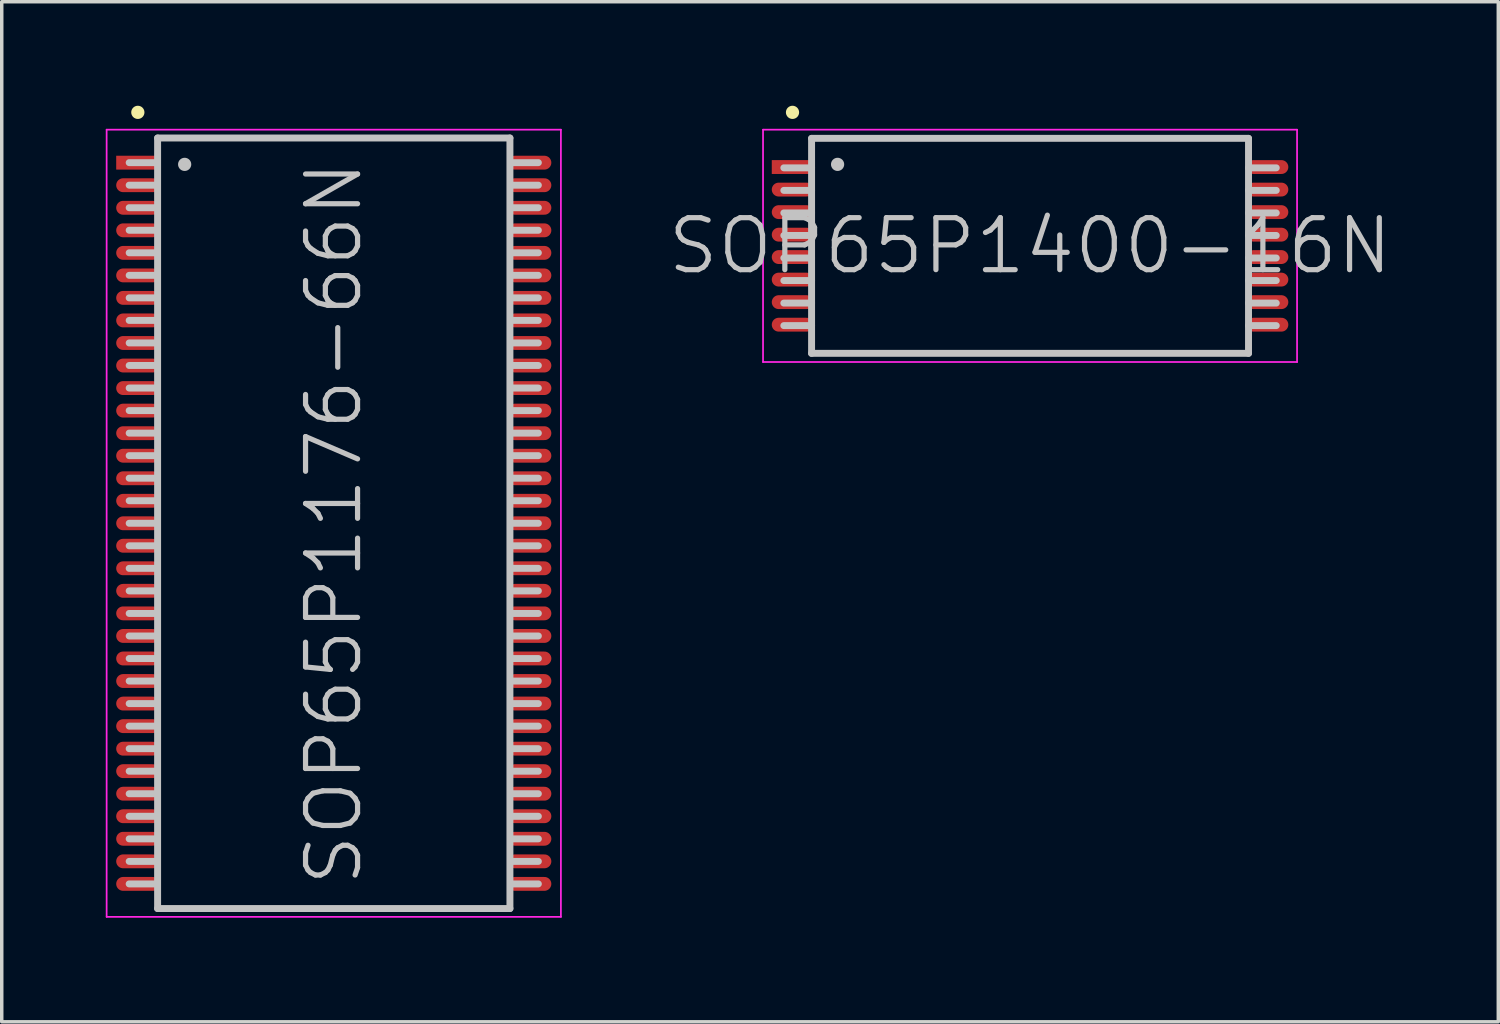
<source format=kicad_pcb>
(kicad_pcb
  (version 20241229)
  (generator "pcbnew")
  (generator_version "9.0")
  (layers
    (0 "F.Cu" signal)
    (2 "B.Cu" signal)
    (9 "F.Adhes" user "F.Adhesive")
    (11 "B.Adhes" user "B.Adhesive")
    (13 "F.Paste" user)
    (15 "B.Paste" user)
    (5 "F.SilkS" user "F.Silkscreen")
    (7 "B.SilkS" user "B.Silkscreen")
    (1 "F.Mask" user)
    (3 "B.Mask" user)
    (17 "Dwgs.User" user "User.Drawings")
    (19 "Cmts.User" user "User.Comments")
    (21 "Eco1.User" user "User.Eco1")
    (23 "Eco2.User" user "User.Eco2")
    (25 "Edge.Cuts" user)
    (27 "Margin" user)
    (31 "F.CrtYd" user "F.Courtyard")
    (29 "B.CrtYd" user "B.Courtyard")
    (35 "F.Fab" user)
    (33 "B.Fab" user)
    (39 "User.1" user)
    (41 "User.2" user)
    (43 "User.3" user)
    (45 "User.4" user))
  (footprint "SOP65P1400-16N"
    (layer "F.Cu")
    (at 26.654 4.04)
    (property "Reference" "SOP65P1400-16N" (at 0 0 0) (layer "Dwgs.User") (effects (font (size 1.5 1.5) (thickness 0.15))))
    (attr smd)
    (fp_line (start -6.85 -3.85) (end -6.85 -3.85) (stroke (width 0.381) (type solid)) (layer "F.SilkS"))
    (fp_line (start -6.3 -3.1) (end -6.3 3.1) (stroke (width 0.2) (type solid)) (layer "Dwgs.User"))
    (fp_line (start -6.3 -3.1) (end 6.3 -3.1) (stroke (width 0.2) (type solid)) (layer "Dwgs.User"))
    (fp_line (start -6.3 -2.25) (end -7.1 -2.25) (stroke (width 0.2) (type solid)) (layer "Dwgs.User"))
    (fp_line (start -6.3 -1.6) (end -7.1 -1.6) (stroke (width 0.2) (type solid)) (layer "Dwgs.User"))
    (fp_line (start -6.3 -0.95) (end -7.1 -0.95) (stroke (width 0.2) (type solid)) (layer "Dwgs.User"))
    (fp_line (start -6.3 -0.3) (end -7.1 -0.3) (stroke (width 0.2) (type solid)) (layer "Dwgs.User"))
    (fp_line (start -6.3 0.35) (end -7.1 0.35) (stroke (width 0.2) (type solid)) (layer "Dwgs.User"))
    (fp_line (start -6.3 1) (end -7.1 1) (stroke (width 0.2) (type solid)) (layer "Dwgs.User"))
    (fp_line (start -6.3 1.65) (end -7.1 1.65) (stroke (width 0.2) (type solid)) (layer "Dwgs.User"))
    (fp_line (start -6.3 2.3) (end -7.1 2.3) (stroke (width 0.2) (type solid)) (layer "Dwgs.User"))
    (fp_line (start -6.3 3.1) (end 6.3 3.1) (stroke (width 0.2) (type solid)) (layer "Dwgs.User"))
    (fp_line (start -5.55 -2.35) (end -5.55 -2.35) (stroke (width 0.381) (type solid)) (layer "Dwgs.User"))
    (fp_line (start 6.3 -3.1) (end 6.3 3.1) (stroke (width 0.2) (type solid)) (layer "Dwgs.User"))
    (fp_line (start 7.1 -2.25) (end 6.3 -2.25) (stroke (width 0.2) (type solid)) (layer "Dwgs.User"))
    (fp_line (start 7.1 -1.6) (end 6.3 -1.6) (stroke (width 0.2) (type solid)) (layer "Dwgs.User"))
    (fp_line (start 7.1 -0.95) (end 6.3 -0.95) (stroke (width 0.2) (type solid)) (layer "Dwgs.User"))
    (fp_line (start 7.1 -0.3) (end 6.3 -0.3) (stroke (width 0.2) (type solid)) (layer "Dwgs.User"))
    (fp_line (start 7.1 0.35) (end 6.3 0.35) (stroke (width 0.2) (type solid)) (layer "Dwgs.User"))
    (fp_line (start 7.1 1) (end 6.3 1) (stroke (width 0.2) (type solid)) (layer "Dwgs.User"))
    (fp_line (start 7.1 1.65) (end 6.3 1.65) (stroke (width 0.2) (type solid)) (layer "Dwgs.User"))
    (fp_line (start 7.1 2.3) (end 6.3 2.3) (stroke (width 0.2) (type solid)) (layer "Dwgs.User"))
    (fp_line (start -7.7 -3.35) (end -7.7 3.35) (stroke (width 0.05) (type solid)) (layer "F.CrtYd"))
    (fp_line (start -7.7 -3.35) (end 7.7 -3.35) (stroke (width 0.05) (type solid)) (layer "F.CrtYd"))
    (fp_line (start -7.7 3.35) (end 7.7 3.35) (stroke (width 0.05) (type solid)) (layer "F.CrtYd"))
    (fp_line (start 7.7 -3.35) (end 7.7 3.35) (stroke (width 0.05) (type solid)) (layer "F.CrtYd"))
    (pad "1" smd rect (at -6.848 -2.273 90) (size 0.4 1.2) (layers "F.Cu" "F.Mask" "F.Paste"))
    (pad "2" smd oval (at -6.848 -1.623 90) (size 0.4 1.2) (layers "F.Cu" "F.Mask" "F.Paste"))
    (pad "3" smd oval (at -6.848 -0.973 90) (size 0.4 1.2) (layers "F.Cu" "F.Mask" "F.Paste"))
    (pad "4" smd oval (at -6.848 -0.323 90) (size 0.4 1.2) (layers "F.Cu" "F.Mask" "F.Paste"))
    (pad "5" smd oval (at -6.848 0.323 90) (size 0.4 1.2) (layers "F.Cu" "F.Mask" "F.Paste"))
    (pad "6" smd oval (at -6.848 0.973 90) (size 0.4 1.2) (layers "F.Cu" "F.Mask" "F.Paste"))
    (pad "7" smd oval (at -6.848 1.623 90) (size 0.4 1.2) (layers "F.Cu" "F.Mask" "F.Paste"))
    (pad "8" smd oval (at -6.848 2.273 90) (size 0.4 1.2) (layers "F.Cu" "F.Mask" "F.Paste"))
    (pad "9" smd oval (at 6.848 2.273 270) (size 0.4 1.2) (layers "F.Cu" "F.Mask" "F.Paste"))
    (pad "10" smd oval (at 6.848 1.623 270) (size 0.4 1.2) (layers "F.Cu" "F.Mask" "F.Paste"))
    (pad "11" smd oval (at 6.848 0.973 270) (size 0.4 1.2) (layers "F.Cu" "F.Mask" "F.Paste"))
    (pad "12" smd oval (at 6.848 0.323 270) (size 0.4 1.2) (layers "F.Cu" "F.Mask" "F.Paste"))
    (pad "13" smd oval (at 6.848 -0.323 270) (size 0.4 1.2) (layers "F.Cu" "F.Mask" "F.Paste"))
    (pad "14" smd oval (at 6.848 -0.973 270) (size 0.4 1.2) (layers "F.Cu" "F.Mask" "F.Paste"))
    (pad "15" smd oval (at 6.848 -1.623 270) (size 0.4 1.2) (layers "F.Cu" "F.Mask" "F.Paste"))
    (pad "16" smd oval (at 6.848 -2.273 270) (size 0.4 1.2) (layers "F.Cu" "F.Mask" "F.Paste")))
  (footprint "SOP65P1176-66N"
    (layer "F.Cu")
    (at 6.575 12.04)
    (property "Reference" "SOP65P1176-66N" (at 0 0 90) (layer "Dwgs.User") (effects (font (size 1.5 1.5) (thickness 0.15))))
    (attr smd)
    (fp_line (start -5.65 -11.85) (end -5.65 -11.85) (stroke (width 0.381) (type solid)) (layer "F.SilkS"))
    (fp_line (start -5.1 -10.4) (end -5.9 -10.4) (stroke (width 0.2) (type solid)) (layer "Dwgs.User"))
    (fp_line (start -5.1 -9.75) (end -5.9 -9.75) (stroke (width 0.2) (type solid)) (layer "Dwgs.User"))
    (fp_line (start -5.1 -9.1) (end -5.9 -9.1) (stroke (width 0.2) (type solid)) (layer "Dwgs.User"))
    (fp_line (start -5.1 -8.45) (end -5.9 -8.45) (stroke (width 0.2) (type solid)) (layer "Dwgs.User"))
    (fp_line (start -5.1 -7.8) (end -5.9 -7.8) (stroke (width 0.2) (type solid)) (layer "Dwgs.User"))
    (fp_line (start -5.1 -7.15) (end -5.9 -7.15) (stroke (width 0.2) (type solid)) (layer "Dwgs.User"))
    (fp_line (start -5.1 -6.5) (end -5.9 -6.5) (stroke (width 0.2) (type solid)) (layer "Dwgs.User"))
    (fp_line (start -5.1 -5.85) (end -5.9 -5.85) (stroke (width 0.2) (type solid)) (layer "Dwgs.User"))
    (fp_line (start -5.1 -5.2) (end -5.9 -5.2) (stroke (width 0.2) (type solid)) (layer "Dwgs.User"))
    (fp_line (start -5.1 -4.55) (end -5.9 -4.55) (stroke (width 0.2) (type solid)) (layer "Dwgs.User"))
    (fp_line (start -5.1 -3.9) (end -5.9 -3.9) (stroke (width 0.2) (type solid)) (layer "Dwgs.User"))
    (fp_line (start -5.1 -3.25) (end -5.9 -3.25) (stroke (width 0.2) (type solid)) (layer "Dwgs.User"))
    (fp_line (start -5.1 -2.6) (end -5.9 -2.6) (stroke (width 0.2) (type solid)) (layer "Dwgs.User"))
    (fp_line (start -5.1 -1.95) (end -5.9 -1.95) (stroke (width 0.2) (type solid)) (layer "Dwgs.User"))
    (fp_line (start -5.1 -1.3) (end -5.9 -1.3) (stroke (width 0.2) (type solid)) (layer "Dwgs.User"))
    (fp_line (start -5.1 -0.65) (end -5.9 -0.65) (stroke (width 0.2) (type solid)) (layer "Dwgs.User"))
    (fp_line (start -5.1 0) (end -5.9 0) (stroke (width 0.2) (type solid)) (layer "Dwgs.User"))
    (fp_line (start -5.1 0.65) (end -5.9 0.65) (stroke (width 0.2) (type solid)) (layer "Dwgs.User"))
    (fp_line (start -5.1 1.3) (end -5.9 1.3) (stroke (width 0.2) (type solid)) (layer "Dwgs.User"))
    (fp_line (start -5.1 1.95) (end -5.9 1.95) (stroke (width 0.2) (type solid)) (layer "Dwgs.User"))
    (fp_line (start -5.1 2.6) (end -5.9 2.6) (stroke (width 0.2) (type solid)) (layer "Dwgs.User"))
    (fp_line (start -5.1 3.25) (end -5.9 3.25) (stroke (width 0.2) (type solid)) (layer "Dwgs.User"))
    (fp_line (start -5.1 3.9) (end -5.9 3.9) (stroke (width 0.2) (type solid)) (layer "Dwgs.User"))
    (fp_line (start -5.1 4.55) (end -5.9 4.55) (stroke (width 0.2) (type solid)) (layer "Dwgs.User"))
    (fp_line (start -5.1 5.2) (end -5.9 5.2) (stroke (width 0.2) (type solid)) (layer "Dwgs.User"))
    (fp_line (start -5.1 5.85) (end -5.9 5.85) (stroke (width 0.2) (type solid)) (layer "Dwgs.User"))
    (fp_line (start -5.1 6.5) (end -5.9 6.5) (stroke (width 0.2) (type solid)) (layer "Dwgs.User"))
    (fp_line (start -5.1 7.15) (end -5.9 7.15) (stroke (width 0.2) (type solid)) (layer "Dwgs.User"))
    (fp_line (start -5.1 7.8) (end -5.9 7.8) (stroke (width 0.2) (type solid)) (layer "Dwgs.User"))
    (fp_line (start -5.1 8.45) (end -5.9 8.45) (stroke (width 0.2) (type solid)) (layer "Dwgs.User"))
    (fp_line (start -5.1 9.1) (end -5.9 9.1) (stroke (width 0.2) (type solid)) (layer "Dwgs.User"))
    (fp_line (start -5.1 9.75) (end -5.9 9.75) (stroke (width 0.2) (type solid)) (layer "Dwgs.User"))
    (fp_line (start -5.1 10.4) (end -5.9 10.4) (stroke (width 0.2) (type solid)) (layer "Dwgs.User"))
    (fp_line (start -5.08 -11.11) (end -5.08 11.11) (stroke (width 0.2) (type solid)) (layer "Dwgs.User"))
    (fp_line (start -5.08 -11.11) (end 5.08 -11.11) (stroke (width 0.2) (type solid)) (layer "Dwgs.User"))
    (fp_line (start -5.08 11.11) (end 5.08 11.11) (stroke (width 0.2) (type solid)) (layer "Dwgs.User"))
    (fp_line (start -4.3 -10.35) (end -4.3 -10.35) (stroke (width 0.381) (type solid)) (layer "Dwgs.User"))
    (fp_line (start 5.08 -11.11) (end 5.08 11.11) (stroke (width 0.2) (type solid)) (layer "Dwgs.User"))
    (fp_line (start 5.9 -10.4) (end 5.1 -10.4) (stroke (width 0.2) (type solid)) (layer "Dwgs.User"))
    (fp_line (start 5.9 -9.75) (end 5.1 -9.75) (stroke (width 0.2) (type solid)) (layer "Dwgs.User"))
    (fp_line (start 5.9 -9.1) (end 5.1 -9.1) (stroke (width 0.2) (type solid)) (layer "Dwgs.User"))
    (fp_line (start 5.9 -8.45) (end 5.1 -8.45) (stroke (width 0.2) (type solid)) (layer "Dwgs.User"))
    (fp_line (start 5.9 -7.8) (end 5.1 -7.8) (stroke (width 0.2) (type solid)) (layer "Dwgs.User"))
    (fp_line (start 5.9 -7.15) (end 5.1 -7.15) (stroke (width 0.2) (type solid)) (layer "Dwgs.User"))
    (fp_line (start 5.9 -6.5) (end 5.1 -6.5) (stroke (width 0.2) (type solid)) (layer "Dwgs.User"))
    (fp_line (start 5.9 -5.85) (end 5.1 -5.85) (stroke (width 0.2) (type solid)) (layer "Dwgs.User"))
    (fp_line (start 5.9 -5.2) (end 5.1 -5.2) (stroke (width 0.2) (type solid)) (layer "Dwgs.User"))
    (fp_line (start 5.9 -4.55) (end 5.1 -4.55) (stroke (width 0.2) (type solid)) (layer "Dwgs.User"))
    (fp_line (start 5.9 -3.9) (end 5.1 -3.9) (stroke (width 0.2) (type solid)) (layer "Dwgs.User"))
    (fp_line (start 5.9 -3.25) (end 5.1 -3.25) (stroke (width 0.2) (type solid)) (layer "Dwgs.User"))
    (fp_line (start 5.9 -2.6) (end 5.1 -2.6) (stroke (width 0.2) (type solid)) (layer "Dwgs.User"))
    (fp_line (start 5.9 -1.95) (end 5.1 -1.95) (stroke (width 0.2) (type solid)) (layer "Dwgs.User"))
    (fp_line (start 5.9 -1.3) (end 5.1 -1.3) (stroke (width 0.2) (type solid)) (layer "Dwgs.User"))
    (fp_line (start 5.9 -0.65) (end 5.1 -0.65) (stroke (width 0.2) (type solid)) (layer "Dwgs.User"))
    (fp_line (start 5.9 0) (end 5.1 0) (stroke (width 0.2) (type solid)) (layer "Dwgs.User"))
    (fp_line (start 5.9 0.65) (end 5.1 0.65) (stroke (width 0.2) (type solid)) (layer "Dwgs.User"))
    (fp_line (start 5.9 1.3) (end 5.1 1.3) (stroke (width 0.2) (type solid)) (layer "Dwgs.User"))
    (fp_line (start 5.9 1.95) (end 5.1 1.95) (stroke (width 0.2) (type solid)) (layer "Dwgs.User"))
    (fp_line (start 5.9 2.6) (end 5.1 2.6) (stroke (width 0.2) (type solid)) (layer "Dwgs.User"))
    (fp_line (start 5.9 3.25) (end 5.1 3.25) (stroke (width 0.2) (type solid)) (layer "Dwgs.User"))
    (fp_line (start 5.9 3.9) (end 5.1 3.9) (stroke (width 0.2) (type solid)) (layer "Dwgs.User"))
    (fp_line (start 5.9 4.55) (end 5.1 4.55) (stroke (width 0.2) (type solid)) (layer "Dwgs.User"))
    (fp_line (start 5.9 5.2) (end 5.1 5.2) (stroke (width 0.2) (type solid)) (layer "Dwgs.User"))
    (fp_line (start 5.9 5.85) (end 5.1 5.85) (stroke (width 0.2) (type solid)) (layer "Dwgs.User"))
    (fp_line (start 5.9 6.5) (end 5.1 6.5) (stroke (width 0.2) (type solid)) (layer "Dwgs.User"))
    (fp_line (start 5.9 7.15) (end 5.1 7.15) (stroke (width 0.2) (type solid)) (layer "Dwgs.User"))
    (fp_line (start 5.9 7.8) (end 5.1 7.8) (stroke (width 0.2) (type solid)) (layer "Dwgs.User"))
    (fp_line (start 5.9 8.45) (end 5.1 8.45) (stroke (width 0.2) (type solid)) (layer "Dwgs.User"))
    (fp_line (start 5.9 9.1) (end 5.1 9.1) (stroke (width 0.2) (type solid)) (layer "Dwgs.User"))
    (fp_line (start 5.9 9.75) (end 5.1 9.75) (stroke (width 0.2) (type solid)) (layer "Dwgs.User"))
    (fp_line (start 5.9 10.4) (end 5.1 10.4) (stroke (width 0.2) (type solid)) (layer "Dwgs.User"))
    (fp_line (start -6.55 -11.35) (end -6.55 11.35) (stroke (width 0.05) (type solid)) (layer "F.CrtYd"))
    (fp_line (start -6.55 -11.35) (end 6.55 -11.35) (stroke (width 0.05) (type solid)) (layer "F.CrtYd"))
    (fp_line (start -6.55 11.35) (end 6.55 11.35) (stroke (width 0.05) (type solid)) (layer "F.CrtYd"))
    (fp_line (start 6.55 -11.35) (end 6.55 11.35) (stroke (width 0.05) (type solid)) (layer "F.CrtYd"))
    (pad "1" smd rect (at -5.649 -10.399 90) (size 0.4 1.25) (layers "F.Cu" "F.Mask" "F.Paste"))
    (pad "2" smd oval (at -5.649 -9.749 90) (size 0.4 1.25) (layers "F.Cu" "F.Mask" "F.Paste"))
    (pad "3" smd oval (at -5.649 -9.098 90) (size 0.4 1.25) (layers "F.Cu" "F.Mask" "F.Paste"))
    (pad "4" smd oval (at -5.649 -8.448 90) (size 0.4 1.25) (layers "F.Cu" "F.Mask" "F.Paste"))
    (pad "5" smd oval (at -5.649 -7.798 90) (size 0.4 1.25) (layers "F.Cu" "F.Mask" "F.Paste"))
    (pad "6" smd oval (at -5.649 -7.148 90) (size 0.4 1.25) (layers "F.Cu" "F.Mask" "F.Paste"))
    (pad "7" smd oval (at -5.649 -6.5 90) (size 0.4 1.25) (layers "F.Cu" "F.Mask" "F.Paste"))
    (pad "8" smd oval (at -5.649 -5.85 90) (size 0.4 1.25) (layers "F.Cu" "F.Mask" "F.Paste"))
    (pad "9" smd oval (at -5.649 -5.199 90) (size 0.4 1.25) (layers "F.Cu" "F.Mask" "F.Paste"))
    (pad "10" smd oval (at -5.649 -4.549 90) (size 0.4 1.25) (layers "F.Cu" "F.Mask" "F.Paste"))
    (pad "11" smd oval (at -5.649 -3.899 90) (size 0.4 1.25) (layers "F.Cu" "F.Mask" "F.Paste"))
    (pad "12" smd oval (at -5.649 -3.249 90) (size 0.4 1.25) (layers "F.Cu" "F.Mask" "F.Paste"))
    (pad "13" smd oval (at -5.649 -2.598 90) (size 0.4 1.25) (layers "F.Cu" "F.Mask" "F.Paste"))
    (pad "14" smd oval (at -5.649 -1.948 90) (size 0.4 1.25) (layers "F.Cu" "F.Mask" "F.Paste"))
    (pad "15" smd oval (at -5.649 -1.298 90) (size 0.4 1.25) (layers "F.Cu" "F.Mask" "F.Paste"))
    (pad "16" smd oval (at -5.649 -0.648 90) (size 0.4 1.25) (layers "F.Cu" "F.Mask" "F.Paste"))
    (pad "17" smd oval (at -5.649 0 90) (size 0.4 1.25) (layers "F.Cu" "F.Mask" "F.Paste"))
    (pad "18" smd oval (at -5.649 0.648 90) (size 0.4 1.25) (layers "F.Cu" "F.Mask" "F.Paste"))
    (pad "19" smd oval (at -5.649 1.298 90) (size 0.4 1.25) (layers "F.Cu" "F.Mask" "F.Paste"))
    (pad "20" smd oval (at -5.649 1.948 90) (size 0.4 1.25) (layers "F.Cu" "F.Mask" "F.Paste"))
    (pad "21" smd oval (at -5.649 2.598 90) (size 0.4 1.25) (layers "F.Cu" "F.Mask" "F.Paste"))
    (pad "22" smd oval (at -5.649 3.249 90) (size 0.4 1.25) (layers "F.Cu" "F.Mask" "F.Paste"))
    (pad "23" smd oval (at -5.649 3.899 90) (size 0.4 1.25) (layers "F.Cu" "F.Mask" "F.Paste"))
    (pad "24" smd oval (at -5.649 4.549 90) (size 0.4 1.25) (layers "F.Cu" "F.Mask" "F.Paste"))
    (pad "25" smd oval (at -5.649 5.199 90) (size 0.4 1.25) (layers "F.Cu" "F.Mask" "F.Paste"))
    (pad "26" smd oval (at -5.649 5.85 90) (size 0.4 1.25) (layers "F.Cu" "F.Mask" "F.Paste"))
    (pad "27" smd oval (at -5.649 6.5 90) (size 0.4 1.25) (layers "F.Cu" "F.Mask" "F.Paste"))
    (pad "28" smd oval (at -5.649 7.148 90) (size 0.4 1.25) (layers "F.Cu" "F.Mask" "F.Paste"))
    (pad "29" smd oval (at -5.649 7.798 90) (size 0.4 1.25) (layers "F.Cu" "F.Mask" "F.Paste"))
    (pad "30" smd oval (at -5.649 8.448 90) (size 0.4 1.25) (layers "F.Cu" "F.Mask" "F.Paste"))
    (pad "31" smd oval (at -5.649 9.098 90) (size 0.4 1.25) (layers "F.Cu" "F.Mask" "F.Paste"))
    (pad "32" smd oval (at -5.649 9.749 90) (size 0.4 1.25) (layers "F.Cu" "F.Mask" "F.Paste"))
    (pad "33" smd oval (at -5.649 10.399 90) (size 0.4 1.25) (layers "F.Cu" "F.Mask" "F.Paste"))
    (pad "34" smd oval (at 5.649 10.399 270) (size 0.4 1.25) (layers "F.Cu" "F.Mask" "F.Paste"))
    (pad "35" smd oval (at 5.649 9.749 270) (size 0.4 1.25) (layers "F.Cu" "F.Mask" "F.Paste"))
    (pad "36" smd oval (at 5.649 9.098 270) (size 0.4 1.25) (layers "F.Cu" "F.Mask" "F.Paste"))
    (pad "37" smd oval (at 5.649 8.448 270) (size 0.4 1.25) (layers "F.Cu" "F.Mask" "F.Paste"))
    (pad "38" smd oval (at 5.649 7.798 270) (size 0.4 1.25) (layers "F.Cu" "F.Mask" "F.Paste"))
    (pad "39" smd oval (at 5.649 7.148 270) (size 0.4 1.25) (layers "F.Cu" "F.Mask" "F.Paste"))
    (pad "40" smd oval (at 5.649 6.5 270) (size 0.4 1.25) (layers "F.Cu" "F.Mask" "F.Paste"))
    (pad "41" smd oval (at 5.649 5.85 270) (size 0.4 1.25) (layers "F.Cu" "F.Mask" "F.Paste"))
    (pad "42" smd oval (at 5.649 5.199 270) (size 0.4 1.25) (layers "F.Cu" "F.Mask" "F.Paste"))
    (pad "43" smd oval (at 5.649 4.549 270) (size 0.4 1.25) (layers "F.Cu" "F.Mask" "F.Paste"))
    (pad "44" smd oval (at 5.649 3.899 270) (size 0.4 1.25) (layers "F.Cu" "F.Mask" "F.Paste"))
    (pad "45" smd oval (at 5.649 3.249 270) (size 0.4 1.25) (layers "F.Cu" "F.Mask" "F.Paste"))
    (pad "46" smd oval (at 5.649 2.598 270) (size 0.4 1.25) (layers "F.Cu" "F.Mask" "F.Paste"))
    (pad "47" smd oval (at 5.649 1.948 270) (size 0.4 1.25) (layers "F.Cu" "F.Mask" "F.Paste"))
    (pad "48" smd oval (at 5.649 1.298 270) (size 0.4 1.25) (layers "F.Cu" "F.Mask" "F.Paste"))
    (pad "49" smd oval (at 5.649 0.648 270) (size 0.4 1.25) (layers "F.Cu" "F.Mask" "F.Paste"))
    (pad "50" smd oval (at 5.649 0 270) (size 0.4 1.25) (layers "F.Cu" "F.Mask" "F.Paste"))
    (pad "51" smd oval (at 5.649 -0.648 270) (size 0.4 1.25) (layers "F.Cu" "F.Mask" "F.Paste"))
    (pad "52" smd oval (at 5.649 -1.298 270) (size 0.4 1.25) (layers "F.Cu" "F.Mask" "F.Paste"))
    (pad "53" smd oval (at 5.649 -1.948 270) (size 0.4 1.25) (layers "F.Cu" "F.Mask" "F.Paste"))
    (pad "54" smd oval (at 5.649 -2.598 270) (size 0.4 1.25) (layers "F.Cu" "F.Mask" "F.Paste"))
    (pad "55" smd oval (at 5.649 -3.249 270) (size 0.4 1.25) (layers "F.Cu" "F.Mask" "F.Paste"))
    (pad "56" smd oval (at 5.649 -3.899 270) (size 0.4 1.25) (layers "F.Cu" "F.Mask" "F.Paste"))
    (pad "57" smd oval (at 5.649 -4.549 270) (size 0.4 1.25) (layers "F.Cu" "F.Mask" "F.Paste"))
    (pad "58" smd oval (at 5.649 -5.199 270) (size 0.4 1.25) (layers "F.Cu" "F.Mask" "F.Paste"))
    (pad "59" smd oval (at 5.649 -5.85 270) (size 0.4 1.25) (layers "F.Cu" "F.Mask" "F.Paste"))
    (pad "60" smd oval (at 5.649 -6.5 270) (size 0.4 1.25) (layers "F.Cu" "F.Mask" "F.Paste"))
    (pad "61" smd oval (at 5.649 -7.148 270) (size 0.4 1.25) (layers "F.Cu" "F.Mask" "F.Paste"))
    (pad "62" smd oval (at 5.649 -7.798 270) (size 0.4 1.25) (layers "F.Cu" "F.Mask" "F.Paste"))
    (pad "63" smd oval (at 5.649 -8.448 270) (size 0.4 1.25) (layers "F.Cu" "F.Mask" "F.Paste"))
    (pad "64" smd oval (at 5.649 -9.098 270) (size 0.4 1.25) (layers "F.Cu" "F.Mask" "F.Paste"))
    (pad "65" smd oval (at 5.649 -9.749 270) (size 0.4 1.25) (layers "F.Cu" "F.Mask" "F.Paste"))
    (pad "66" smd oval (at 5.649 -10.399 270) (size 0.4 1.25) (layers "F.Cu" "F.Mask" "F.Paste")))
  (gr_rect
    (start -3 -3)
    (end 40.157 26.416)
    (stroke (width 0.1) (type default))
    (fill no)
    (layer "Edge.Cuts")))
</source>
